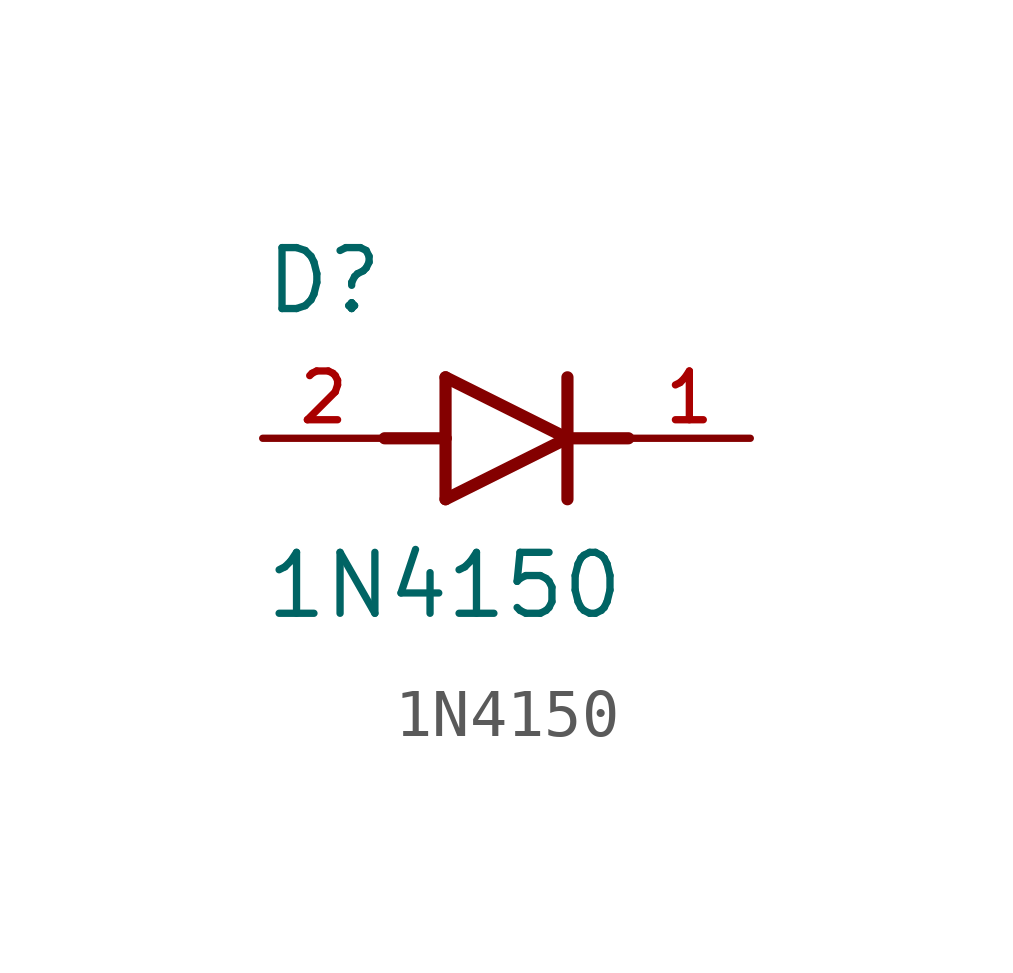
<source format=kicad_sym>
(kicad_symbol_lib
  (version 20211014)
  (generator kicad_symbol_editor)
  (symbol "1N4150"
    (pin_names
      (offset 1.016))
    (property "Reference" "D"
      (at -5.08 2.54 0)
      (effects (font (size 1.27 1.27)) (justify bottom left)))
    (property "Value" "1N4150"
      (at -5.08 -3.81 0)
      (effects (font (size 1.27 1.27)) (justify bottom left)))
    (symbol "1N4150_0_0"
      (polyline (pts (xy -1.27 -1.27) (xy 1.27 0.0)) (stroke (width 0.254)))
      (polyline (pts (xy 1.27 0.0) (xy -1.27 1.27)) (stroke (width 0.254)))
      (polyline (pts (xy 1.27 1.27) (xy 1.27 0.0)) (stroke (width 0.254)))
      (polyline (pts (xy -1.27 1.27) (xy -1.27 0.0)) (stroke (width 0.254)))
      (polyline (pts (xy -1.27 0.0) (xy -1.27 -1.27)) (stroke (width 0.254)))
      (polyline (pts (xy 1.27 0.0) (xy 1.27 -1.27)) (stroke (width 0.254)))
      (polyline (pts (xy -2.54 0.0) (xy -1.27 0.0)) (stroke (width 0.254)))
      (polyline (pts (xy 1.27 0.0) (xy 2.54 0.0)) (stroke (width 0.254)))
      (pin passive line (at 5.08 0.0 180.0) (length 2.54) (name "~" (effects (font (size 1.016 1.016)))) (number "1" (effects (font (size 1.016 1.016)))))
      (pin passive line (at -5.08 0.0 0) (length 2.54) (name "~" (effects (font (size 1.016 1.016)))) (number "2" (effects (font (size 1.016 1.016))))))))
</source>
